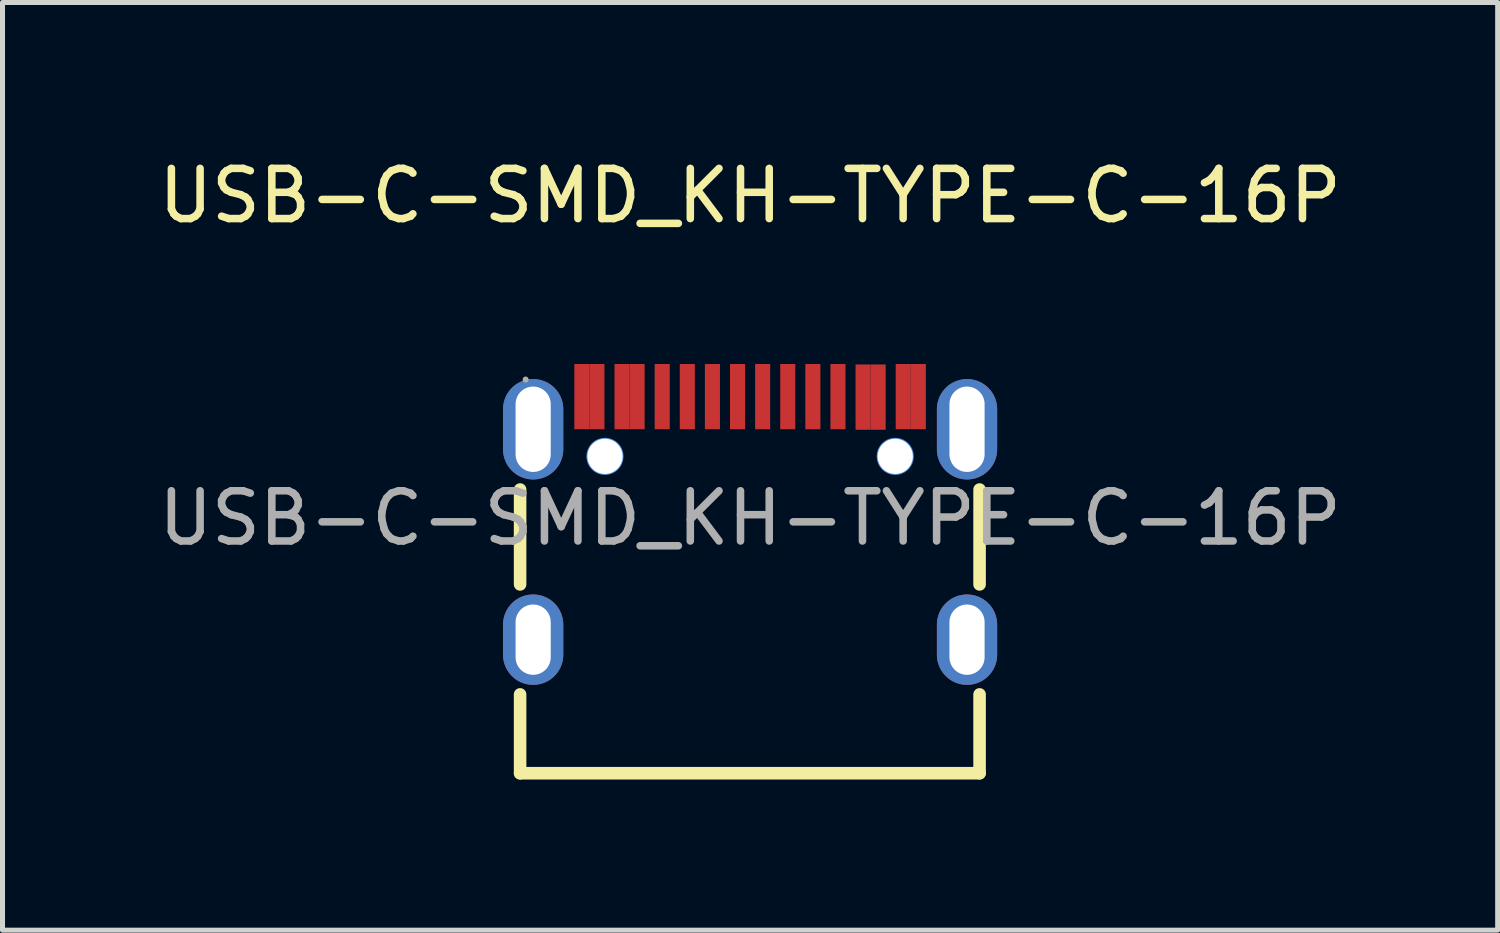
<source format=kicad_pcb>
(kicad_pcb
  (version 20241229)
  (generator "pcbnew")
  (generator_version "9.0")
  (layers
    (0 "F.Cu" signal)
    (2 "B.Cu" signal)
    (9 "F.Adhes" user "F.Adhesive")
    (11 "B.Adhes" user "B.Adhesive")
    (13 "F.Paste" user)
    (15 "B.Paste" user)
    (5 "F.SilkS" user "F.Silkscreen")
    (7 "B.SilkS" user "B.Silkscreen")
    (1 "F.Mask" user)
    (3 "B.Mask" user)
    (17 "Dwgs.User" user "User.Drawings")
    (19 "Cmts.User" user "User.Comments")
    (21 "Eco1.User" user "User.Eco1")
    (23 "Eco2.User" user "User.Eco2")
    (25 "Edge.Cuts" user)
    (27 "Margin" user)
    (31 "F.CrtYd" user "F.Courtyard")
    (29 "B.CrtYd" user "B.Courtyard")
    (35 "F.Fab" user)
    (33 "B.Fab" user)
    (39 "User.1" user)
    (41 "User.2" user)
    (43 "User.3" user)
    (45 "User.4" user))
  (footprint "USB-C-SMD_KH-TYPE-C-16P"
    (layer "F.Cu")
    (at 11.887 7.268)
    (property "Reference" "USB-C-SMD_KH-TYPE-C-16P" (at 0 -6.42 0) (layer "F.SilkS") (effects (font (size 1 1) (thickness 0.15))))
    (attr smd)
    (fp_line (start -4.58 -0.57) (end -4.58 1.32) (stroke (width 0.25) (type solid)) (layer "F.SilkS"))
    (fp_line (start -4.58 3.51) (end -4.58 5.08) (stroke (width 0.25) (type solid)) (layer "F.SilkS"))
    (fp_line (start -4.58 5.08) (end 4.57 5.08) (stroke (width 0.25) (type solid)) (layer "F.SilkS"))
    (fp_line (start 4.57 1.32) (end 4.57 -0.57) (stroke (width 0.25) (type solid)) (layer "F.SilkS"))
    (fp_line (start 4.57 5.08) (end 4.57 3.51) (stroke (width 0.25) (type solid)) (layer "F.SilkS"))
    (fp_circle (center -2.89 -1.23) (end -2.77 -1.23) (stroke (width 0.25) (type solid)) (fill no) (layer "Cmts.User"))
    (fp_circle (center 2.89 -1.23) (end 3.01 -1.23) (stroke (width 0.25) (type solid)) (fill no) (layer "Cmts.User"))
    (fp_circle (center -4.47 -2.76) (end -4.44 -2.76) (stroke (width 0.06) (type solid)) (fill no) (layer "F.Fab"))
    (fp_text user "${REFERENCE}" (at 0 0 0) (layer "F.Fab") (effects (font (size 1 1) (thickness 0.15))))
    (pad "" thru_hole circle (at -2.89 -1.23) (size 0.7 0.7) (drill 0.7) (layers "*.Cu" "*.Mask"))
    (pad "" thru_hole circle (at 2.89 -1.23) (size 0.7 0.7) (drill 0.7) (layers "*.Cu" "*.Mask"))
    (pad "1" thru_hole oval (at -4.32 -1.77) (size 1.2 2) (drill oval 0.7 1.7) (layers "*.Cu" "*.Paste" "*.Mask"))
    (pad "2" thru_hole oval (at 4.32 -1.77) (size 1.2 2) (drill oval 0.7 1.7) (layers "*.Cu" "*.Paste" "*.Mask"))
    (pad "3" thru_hole oval (at -4.32 2.42) (size 1.2 1.8) (drill oval 0.7 1.4) (layers "*.Cu" "*.Paste" "*.Mask"))
    (pad "4" thru_hole oval (at 4.32 2.42) (size 1.2 1.8) (drill oval 0.7 1.4) (layers "*.Cu" "*.Paste" "*.Mask"))
    (pad "A1" smd rect (at -3.35 -2.42) (size 0.3 1.3) (layers "F.Cu" "F.Mask" "F.Paste"))
    (pad "A4" smd rect (at -2.55 -2.42) (size 0.3 1.3) (layers "F.Cu" "F.Mask" "F.Paste"))
    (pad "A5" smd rect (at -1.25 -2.42) (size 0.3 1.3) (layers "F.Cu" "F.Mask" "F.Paste"))
    (pad "A6" smd rect (at -0.25 -2.42) (size 0.3 1.3) (layers "F.Cu" "F.Mask" "F.Paste"))
    (pad "A7" smd rect (at 0.25 -2.42) (size 0.3 1.3) (layers "F.Cu" "F.Mask" "F.Paste"))
    (pad "A8" smd rect (at 1.25 -2.42) (size 0.3 1.3) (layers "F.Cu" "F.Mask" "F.Paste"))
    (pad "A9" smd rect (at 2.55 -2.41) (size 0.3 1.3) (layers "F.Cu" "F.Mask" "F.Paste"))
    (pad "A12" smd rect (at 3.35 -2.42) (size 0.3 1.3) (layers "F.Cu" "F.Mask" "F.Paste"))
    (pad "B1" smd rect (at 3.05 -2.42) (size 0.3 1.3) (layers "F.Cu" "F.Mask" "F.Paste"))
    (pad "B4" smd rect (at 2.25 -2.41) (size 0.3 1.3) (layers "F.Cu" "F.Mask" "F.Paste"))
    (pad "B5" smd rect (at 1.75 -2.42) (size 0.3 1.3) (layers "F.Cu" "F.Mask" "F.Paste"))
    (pad "B6" smd rect (at 0.75 -2.42) (size 0.3 1.3) (layers "F.Cu" "F.Mask" "F.Paste"))
    (pad "B7" smd rect (at -0.75 -2.42) (size 0.3 1.3) (layers "F.Cu" "F.Mask" "F.Paste"))
    (pad "B8" smd rect (at -1.75 -2.42) (size 0.3 1.3) (layers "F.Cu" "F.Mask" "F.Paste"))
    (pad "B9" smd rect (at -2.25 -2.42) (size 0.3 1.3) (layers "F.Cu" "F.Mask" "F.Paste"))
    (pad "B12" smd rect (at -3.05 -2.42) (size 0.3 1.3) (layers "F.Cu" "F.Mask" "F.Paste")))
  (gr_rect
    (start -3 -3)
    (end 26.774 15.473)
    (stroke (width 0.1) (type default))
    (fill no)
    (layer "Edge.Cuts")))
</source>
